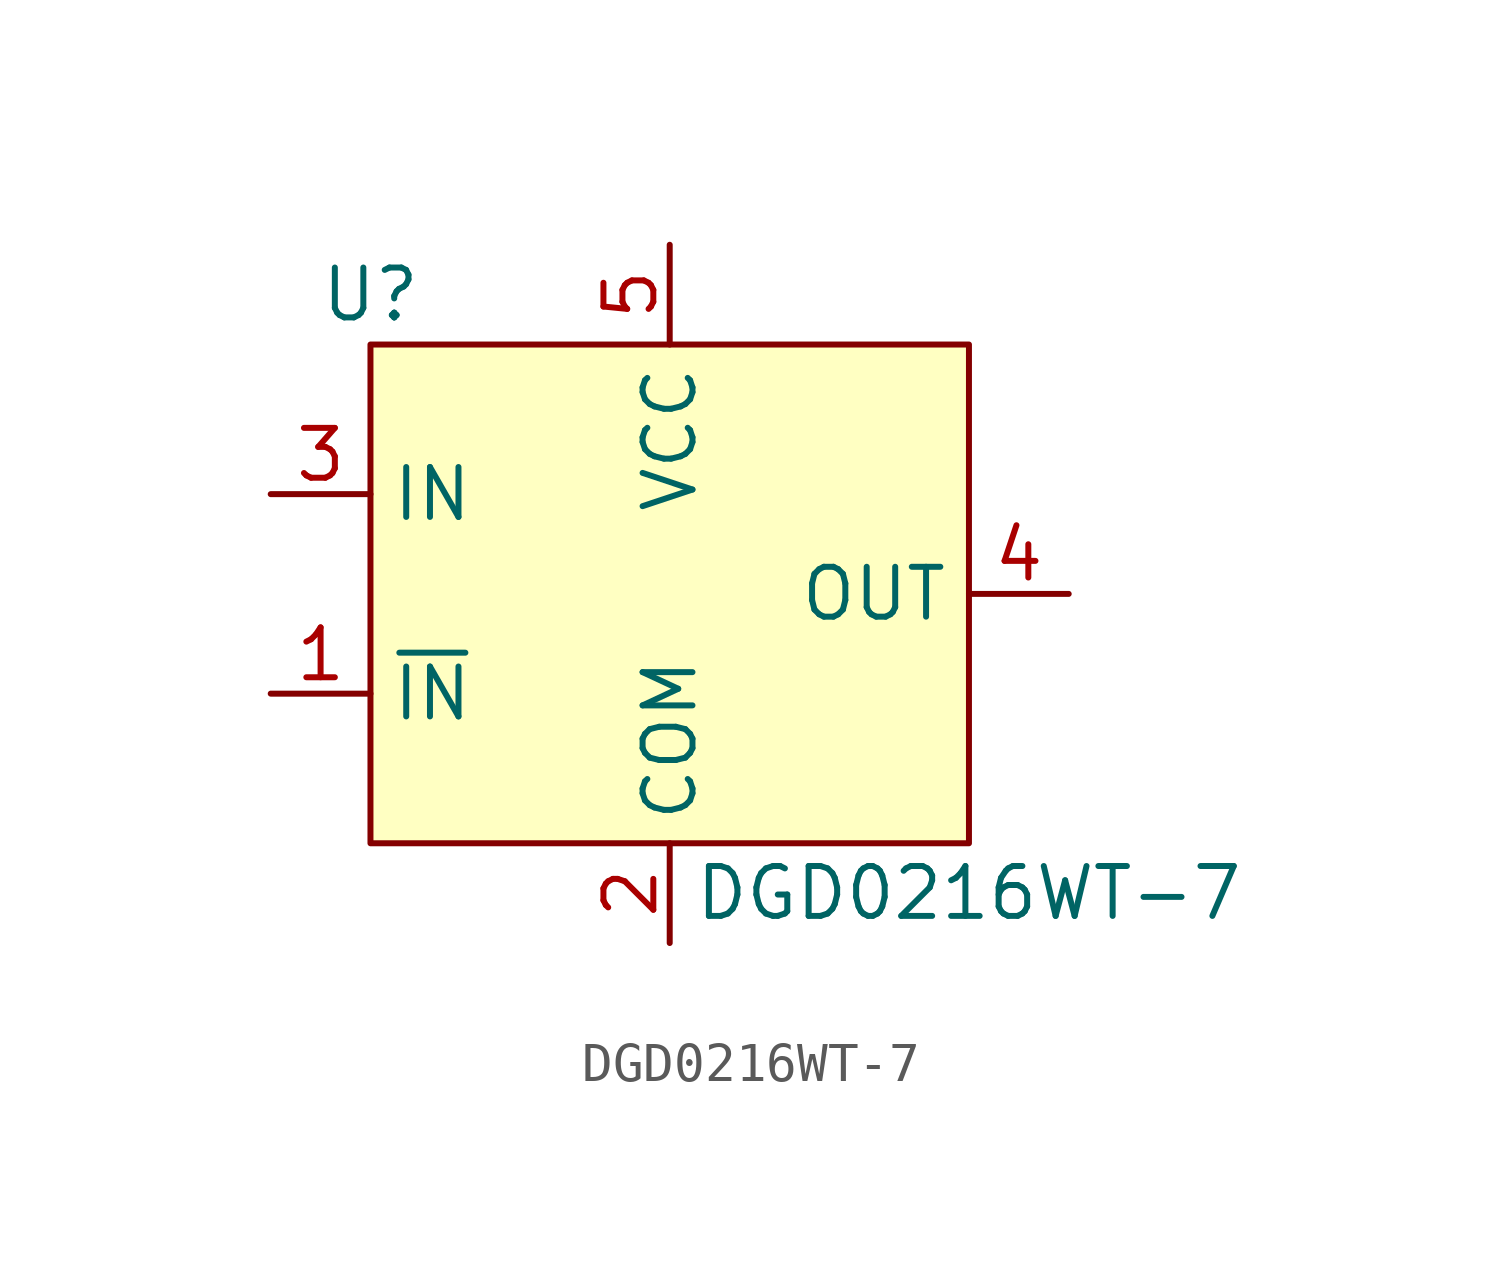
<source format=kicad_sym>
(kicad_symbol_lib
  (version 20220914)
  (generator kicad_symbol_editor)
  (symbol "DGD0216WT-7"
    (property "Reference" "U"
      (at -7.62 7.62 0)
      (effects (font (size 1.27 1.27))))
    (property "Value" "DGD0216WT-7"
      (at 7.62 -7.62 0)
      (effects (font (size 1.27 1.27))))
    (symbol "DGD0216WT-7_1_1"
      (rectangle (start -7.62 6.35) (end 7.62 -6.35) (stroke (width 0) (type default)) (fill (type background)))
      (pin input line (at -10.16 -2.54 0) (length 2.54) (name "~{IN}" (effects (font (size 1.27 1.27)))) (number "1" (effects (font (size 1.27 1.27)))))
      (pin passive line (at 0 -8.89 90) (length 2.54) (name "COM" (effects (font (size 1.27 1.27)))) (number "2" (effects (font (size 1.27 1.27)))))
      (pin input line (at -10.16 2.54 0) (length 2.54) (name "IN" (effects (font (size 1.27 1.27)))) (number "3" (effects (font (size 1.27 1.27)))))
      (pin output line (at 10.16 0 180) (length 2.54) (name "OUT" (effects (font (size 1.27 1.27)))) (number "4" (effects (font (size 1.27 1.27)))))
      (pin power_in line (at 0 8.89 270) (length 2.54) (name "VCC" (effects (font (size 1.27 1.27)))) (number "5" (effects (font (size 1.27 1.27))))))))
</source>
